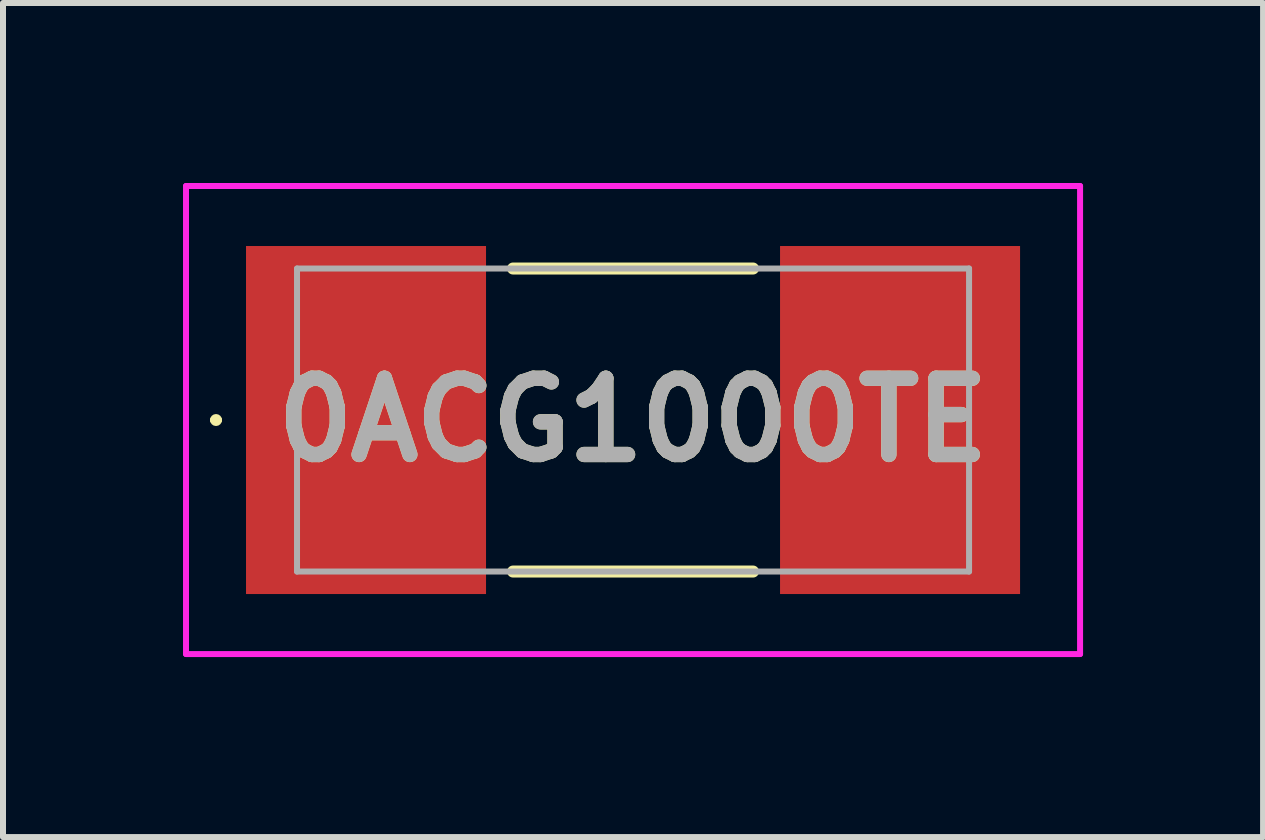
<source format=kicad_pcb>
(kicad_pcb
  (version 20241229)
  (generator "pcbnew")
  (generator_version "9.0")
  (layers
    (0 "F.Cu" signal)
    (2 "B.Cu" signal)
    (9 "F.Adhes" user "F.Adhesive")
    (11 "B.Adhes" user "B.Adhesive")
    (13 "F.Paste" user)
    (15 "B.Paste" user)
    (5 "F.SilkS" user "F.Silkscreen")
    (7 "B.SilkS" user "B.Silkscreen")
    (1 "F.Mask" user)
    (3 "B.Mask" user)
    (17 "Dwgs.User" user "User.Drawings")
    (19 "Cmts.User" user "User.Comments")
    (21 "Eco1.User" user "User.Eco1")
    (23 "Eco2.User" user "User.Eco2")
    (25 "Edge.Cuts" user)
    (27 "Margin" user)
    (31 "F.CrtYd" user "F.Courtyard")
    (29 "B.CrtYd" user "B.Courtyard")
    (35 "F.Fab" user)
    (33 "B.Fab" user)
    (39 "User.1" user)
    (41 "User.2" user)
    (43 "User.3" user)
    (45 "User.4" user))
  (footprint "0ACG1000TE"
    (layer "F.Cu")
    (at 7.5 3.95)
    (property "Reference" "0ACG1000TE" (at 0 0 0) (layer "F.SilkS") (effects (font (size 1.27 1.27) (thickness 0.254))))
    (attr smd)
    (fp_line (start -7 0) (end -7 0) (stroke (width 0.1) (type solid)) (layer "F.SilkS"))
    (fp_line (start -6.9 0) (end -6.9 0) (stroke (width 0.1) (type solid)) (layer "F.SilkS"))
    (fp_line (start 2 -2.525) (end -2 -2.525) (stroke (width 0.2) (type solid)) (layer "F.SilkS"))
    (fp_line (start 2 2.525) (end -2 2.525) (stroke (width 0.2) (type solid)) (layer "F.SilkS"))
    (fp_arc (start -7 0) (mid -6.95 -0.05) (end -6.9 0) (stroke (width 0.1) (type solid)) (layer "F.SilkS"))
    (fp_arc (start -6.9 0) (mid -6.95 0.05) (end -7 0) (stroke (width 0.1) (type solid)) (layer "F.SilkS"))
    (fp_line (start -7.45 -3.9) (end 7.45 -3.9) (stroke (width 0.1) (type solid)) (layer "F.CrtYd"))
    (fp_line (start -7.45 3.9) (end -7.45 -3.9) (stroke (width 0.1) (type solid)) (layer "F.CrtYd"))
    (fp_line (start 7.45 -3.9) (end 7.45 3.9) (stroke (width 0.1) (type solid)) (layer "F.CrtYd"))
    (fp_line (start 7.45 3.9) (end -7.45 3.9) (stroke (width 0.1) (type solid)) (layer "F.CrtYd"))
    (fp_line (start -5.6 -2.525) (end 5.6 -2.525) (stroke (width 0.1) (type solid)) (layer "F.Fab"))
    (fp_line (start -5.6 2.525) (end -5.6 -2.525) (stroke (width 0.1) (type solid)) (layer "F.Fab"))
    (fp_line (start 5.6 -2.525) (end 5.6 2.525) (stroke (width 0.1) (type solid)) (layer "F.Fab"))
    (fp_line (start 5.6 2.525) (end -5.6 2.525) (stroke (width 0.1) (type solid)) (layer "F.Fab"))
    (fp_text user "${REFERENCE}" (at 0 0 0) (layer "F.Fab") (effects (font (size 1.27 1.27) (thickness 0.254))))
    (pad "1" smd rect (at -4.45 0) (size 4 5.8) (layers "F.Cu" "F.Mask" "F.Paste"))
    (pad "2" smd rect (at 4.45 0) (size 4 5.8) (layers "F.Cu" "F.Mask" "F.Paste")))
  (gr_rect
    (start -3 -3)
    (end 18 10.9)
    (stroke (width 0.1) (type default))
    (fill no)
    (layer "Edge.Cuts")))
</source>
